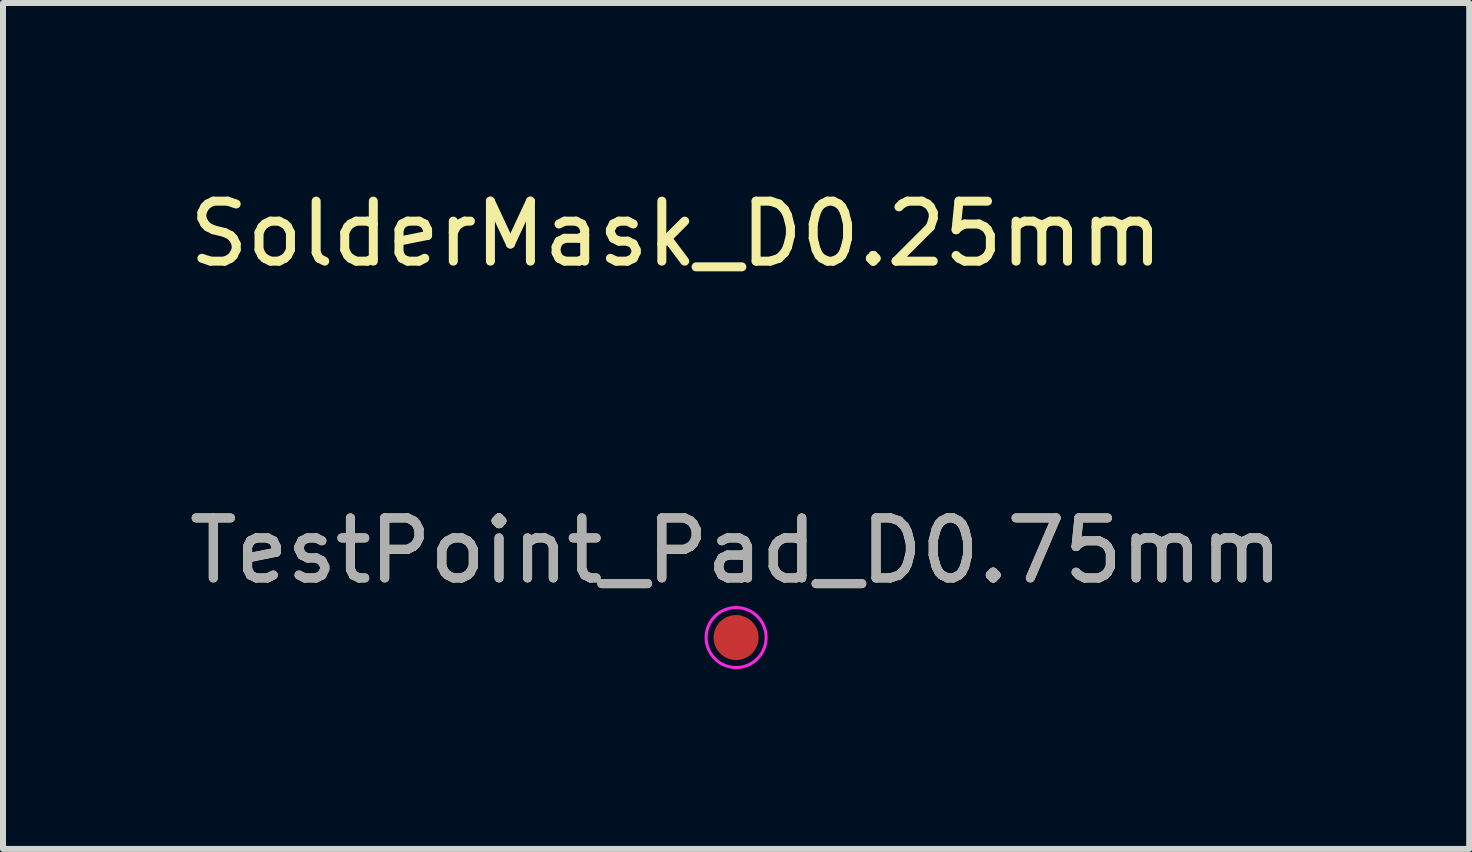
<source format=kicad_pcb>
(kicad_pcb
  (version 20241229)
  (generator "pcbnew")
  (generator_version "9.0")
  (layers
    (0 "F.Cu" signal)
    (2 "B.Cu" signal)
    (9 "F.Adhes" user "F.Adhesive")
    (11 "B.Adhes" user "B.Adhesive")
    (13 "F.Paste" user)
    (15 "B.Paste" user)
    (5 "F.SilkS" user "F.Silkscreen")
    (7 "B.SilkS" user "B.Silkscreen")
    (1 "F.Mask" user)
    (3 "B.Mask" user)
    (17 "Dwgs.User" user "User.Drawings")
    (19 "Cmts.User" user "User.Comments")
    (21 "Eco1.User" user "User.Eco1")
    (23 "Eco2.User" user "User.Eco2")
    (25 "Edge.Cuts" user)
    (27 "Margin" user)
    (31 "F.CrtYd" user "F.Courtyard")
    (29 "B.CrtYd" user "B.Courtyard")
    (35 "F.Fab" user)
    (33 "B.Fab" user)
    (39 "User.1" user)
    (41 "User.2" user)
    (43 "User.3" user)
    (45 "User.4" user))
  (footprint "TestPoint_Pad_D0.75mm"
    (layer "F.Cu")
    (at 9.22 7.577)
    (property "Reference" "TestPoint_Pad_D0.75mm" (at 0 -1.448 0) (layer "F.SilkS") (effects (font (size 1 1) (thickness 0.15))))
    (attr board_only exclude_from_pos_files exclude_from_bom)
    (fp_circle (center 0 0) (end 0.5 0) (stroke (width 0.05) (type solid)) (fill no) (layer "F.CrtYd"))
    (fp_text user "${REFERENCE}" (at 0 -1.45 0) (layer "F.Fab") (effects (font (size 1 1) (thickness 0.15))))
    (pad "1" smd circle (at 0 0) (size 0.75 0.75) (property pad_prop_testpoint) (layers "F.Cu" "F.Mask")))
  (footprint "SolderMask_D0.25mm"
    (layer "F.Cu")
    (at 8.23 2.028)
    (property "Reference" "SolderMask_D0.25mm" (at -0.01 -1.18 0) (layer "F.SilkS") (effects (font (size 1 1) (thickness 0.15))))
    (attr board_only exclude_from_pos_files exclude_from_bom)
    (fp_circle (center 0 0) (end 0.125 0) (stroke (width 0) (type solid)) (fill yes) (layer "F.Mask")))
  (gr_rect
    (start -3 -3)
    (end 21.44 11.101)
    (stroke (width 0.1) (type default))
    (fill no)
    (layer "Edge.Cuts")))
</source>
